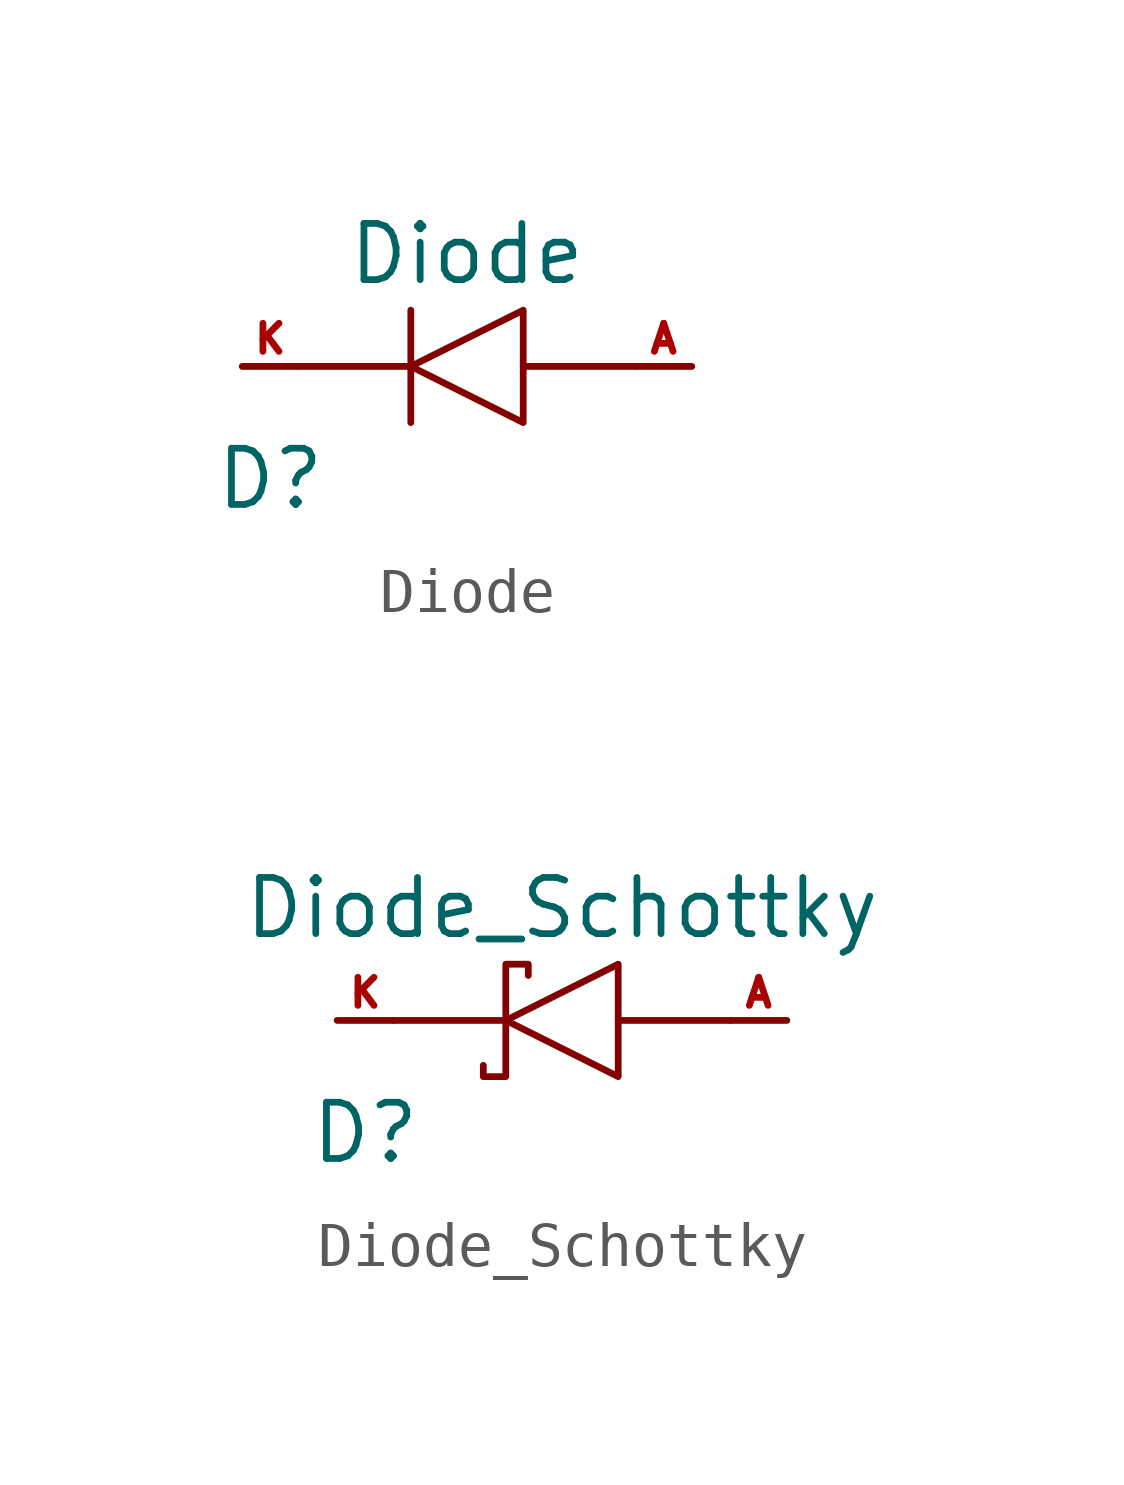
<source format=kicad_sym>
(kicad_symbol_lib
  (version 20211014)
  (generator kicad_symbol_editor)
  (symbol "Diode"
    (pin_names
      (offset 1.016) hide)
    (property "Reference" "D"
      (at -4.445 -2.54 0)
      (effects (font (size 1.27 1.27))))
    (property "Value" "Diode"
      (at 0 2.54 0)
      (effects (font (size 1.27 1.27))))
    (symbol "Diode_0_1"
      (polyline (pts (xy -3.81 0) (xy -1.27 0)) (stroke (width 0) (type default) (color 0 0 0 0)) (fill (type none)))
      (polyline (pts (xy -1.27 1.27) (xy -1.27 -1.27)) (stroke (width 0) (type default) (color 0 0 0 0)) (fill (type none)))
      (polyline (pts (xy 1.27 0) (xy 3.81 0)) (stroke (width 0) (type default) (color 0 0 0 0)) (fill (type none)))
      (polyline (pts (xy 1.27 1.27) (xy -1.27 0) (xy 1.27 -1.27) (xy 1.27 1.27)) (stroke (width 0) (type default) (color 0 0 0 0)) (fill (type none))))
    (symbol "Diode_1_1"
      (pin passive line (at 5.08 0 180) (length 1.27) (name "Anode" (effects (font (size 0.635 0.635)))) (number "A" (effects (font (size 0.635 0.635)))))
      (pin passive line (at -5.08 0 0) (length 1.27) (name "Cathode" (effects (font (size 0.635 0.635)))) (number "K" (effects (font (size 0.635 0.635)))))))
  (symbol "Diode_Schottky"
    (pin_names
      (offset 1.016) hide)
    (property "Reference" "D"
      (at -4.445 -2.54 0)
      (effects (font (size 1.27 1.27))))
    (property "Value" "Diode_Schottky"
      (at 0 2.54 0)
      (effects (font (size 1.27 1.27))))
    (symbol "Diode_Schottky_0_1"
      (polyline (pts (xy -0.762 1.016) (xy -0.762 1.27) (xy -1.27 1.27) (xy -1.27 -1.27) (xy -1.778 -1.27) (xy -1.778 -1.016)) (stroke (width 0) (type default) (color 0 0 0 0)) (fill (type none))))
    (symbol "Diode_Schottky_1_1"
      (polyline (pts (xy -3.81 0) (xy -1.27 0)) (stroke (width 0) (type default) (color 0 0 0 0)) (fill (type none)))
      (polyline (pts (xy 1.27 0) (xy 3.81 0)) (stroke (width 0) (type default) (color 0 0 0 0)) (fill (type none)))
      (polyline (pts (xy 1.27 1.27) (xy -1.27 0) (xy 1.27 -1.27) (xy 1.27 1.27)) (stroke (width 0) (type default) (color 0 0 0 0)) (fill (type none)))
      (pin passive line (at 5.08 0 180) (length 1.27) (name "Anode" (effects (font (size 0.635 0.635)))) (number "A" (effects (font (size 0.635 0.635)))))
      (pin passive line (at -5.08 0 0) (length 1.27) (name "Cathode" (effects (font (size 0.635 0.635)))) (number "K" (effects (font (size 0.635 0.635))))))))
</source>
